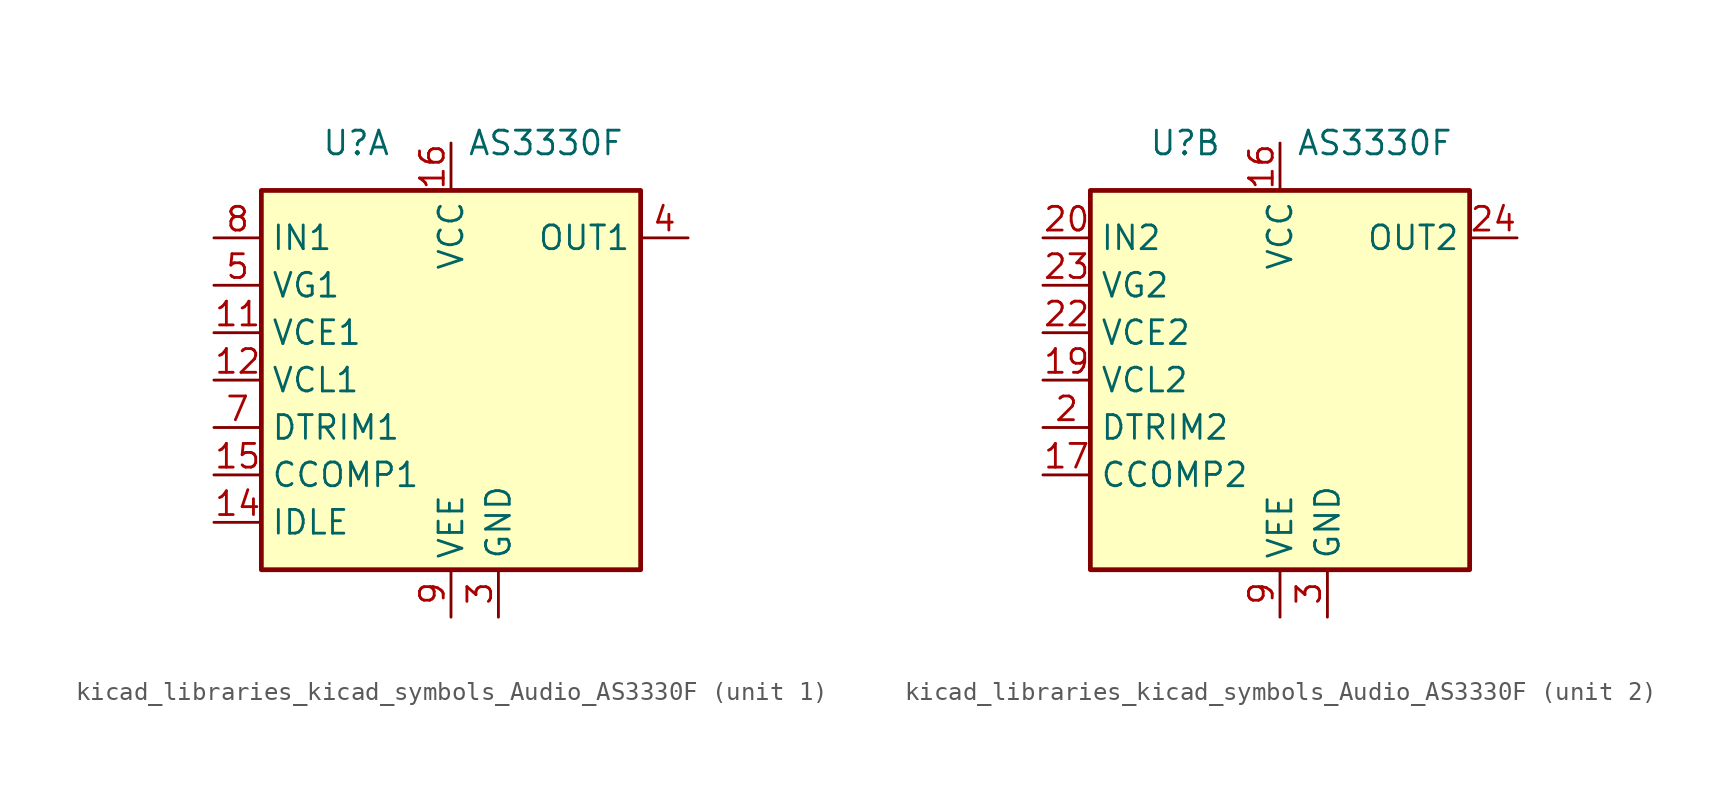
<source format=kicad_sym>
(kicad_symbol_lib
  (version 20220914)
  (generator kicad_symbol_editor)
  (symbol "kicad_libraries_kicad_symbols_Audio_AS3330F"
    (property "Reference" "U"
      (at -5.08 12.7 0)
      (effects (font (size 1.27 1.27))))
    (property "Value" "AS3330F"
      (at 5.08 12.7 0)
      (effects (font (size 1.27 1.27))))
    (symbol "kicad_libraries_kicad_symbols_Audio_AS3330F_0_1"
      (rectangle (start -10.16 10.16) (end 10.16 -10.16) (stroke (width 0.254) (type default)) (fill (type background)))
      (pin power_in line (at 0 12.7 270) (length 2.54) (name "VCC" (effects (font (size 1.27 1.27)))) (number "16" (effects (font (size 1.27 1.27)))))
      (pin power_in line (at 2.54 -12.7 90) (length 2.54) (name "GND" (effects (font (size 1.27 1.27)))) (number "3" (effects (font (size 1.27 1.27)))))
      (pin power_in line (at 0 -12.7 90) (length 2.54) (name "VEE" (effects (font (size 1.27 1.27)))) (number "9" (effects (font (size 1.27 1.27))))))
    (symbol "kicad_libraries_kicad_symbols_Audio_AS3330F_1_1"
      (pin no_connect line (at 10.16 5.08 180) (length 2.54) hide (name "NC" (effects (font (size 1.27 1.27)))) (number "1" (effects (font (size 1.27 1.27)))))
      (pin no_connect line (at 10.16 0 180) (length 2.54) hide (name "NC" (effects (font (size 1.27 1.27)))) (number "10" (effects (font (size 1.27 1.27)))))
      (pin input line (at -12.7 2.54 0) (length 2.54) (name "VCE1" (effects (font (size 1.27 1.27)))) (number "11" (effects (font (size 1.27 1.27)))))
      (pin input line (at -12.7 0 0) (length 2.54) (name "VCL1" (effects (font (size 1.27 1.27)))) (number "12" (effects (font (size 1.27 1.27)))))
      (pin no_connect line (at 10.16 -2.54 180) (length 2.54) hide (name "NC" (effects (font (size 1.27 1.27)))) (number "13" (effects (font (size 1.27 1.27)))))
      (pin passive line (at -12.7 -7.62 0) (length 2.54) (name "IDLE" (effects (font (size 1.27 1.27)))) (number "14" (effects (font (size 1.27 1.27)))))
      (pin passive line (at -12.7 -5.08 0) (length 2.54) (name "CCOMP1" (effects (font (size 1.27 1.27)))) (number "15" (effects (font (size 1.27 1.27)))))
      (pin no_connect line (at 10.16 -5.08 180) (length 2.54) hide (name "NC" (effects (font (size 1.27 1.27)))) (number "18" (effects (font (size 1.27 1.27)))))
      (pin no_connect line (at 10.16 -7.62 180) (length 2.54) hide (name "NC" (effects (font (size 1.27 1.27)))) (number "21" (effects (font (size 1.27 1.27)))))
      (pin output line (at 12.7 7.62 180) (length 2.54) (name "OUT1" (effects (font (size 1.27 1.27)))) (number "4" (effects (font (size 1.27 1.27)))))
      (pin input line (at -12.7 5.08 0) (length 2.54) (name "VG1" (effects (font (size 1.27 1.27)))) (number "5" (effects (font (size 1.27 1.27)))))
      (pin no_connect line (at 10.16 2.54 180) (length 2.54) hide (name "NC" (effects (font (size 1.27 1.27)))) (number "6" (effects (font (size 1.27 1.27)))))
      (pin passive line (at -12.7 -2.54 0) (length 2.54) (name "DTRIM1" (effects (font (size 1.27 1.27)))) (number "7" (effects (font (size 1.27 1.27)))))
      (pin input line (at -12.7 7.62 0) (length 2.54) (name "IN1" (effects (font (size 1.27 1.27)))) (number "8" (effects (font (size 1.27 1.27))))))
    (symbol "kicad_libraries_kicad_symbols_Audio_AS3330F_2_1"
      (pin passive line (at -12.7 -5.08 0) (length 2.54) (name "CCOMP2" (effects (font (size 1.27 1.27)))) (number "17" (effects (font (size 1.27 1.27)))))
      (pin input line (at -12.7 0 0) (length 2.54) (name "VCL2" (effects (font (size 1.27 1.27)))) (number "19" (effects (font (size 1.27 1.27)))))
      (pin passive line (at -12.7 -2.54 0) (length 2.54) (name "DTRIM2" (effects (font (size 1.27 1.27)))) (number "2" (effects (font (size 1.27 1.27)))))
      (pin input line (at -12.7 7.62 0) (length 2.54) (name "IN2" (effects (font (size 1.27 1.27)))) (number "20" (effects (font (size 1.27 1.27)))))
      (pin input line (at -12.7 2.54 0) (length 2.54) (name "VCE2" (effects (font (size 1.27 1.27)))) (number "22" (effects (font (size 1.27 1.27)))))
      (pin input line (at -12.7 5.08 0) (length 2.54) (name "VG2" (effects (font (size 1.27 1.27)))) (number "23" (effects (font (size 1.27 1.27)))))
      (pin output line (at 12.7 7.62 180) (length 2.54) (name "OUT2" (effects (font (size 1.27 1.27)))) (number "24" (effects (font (size 1.27 1.27))))))))
</source>
